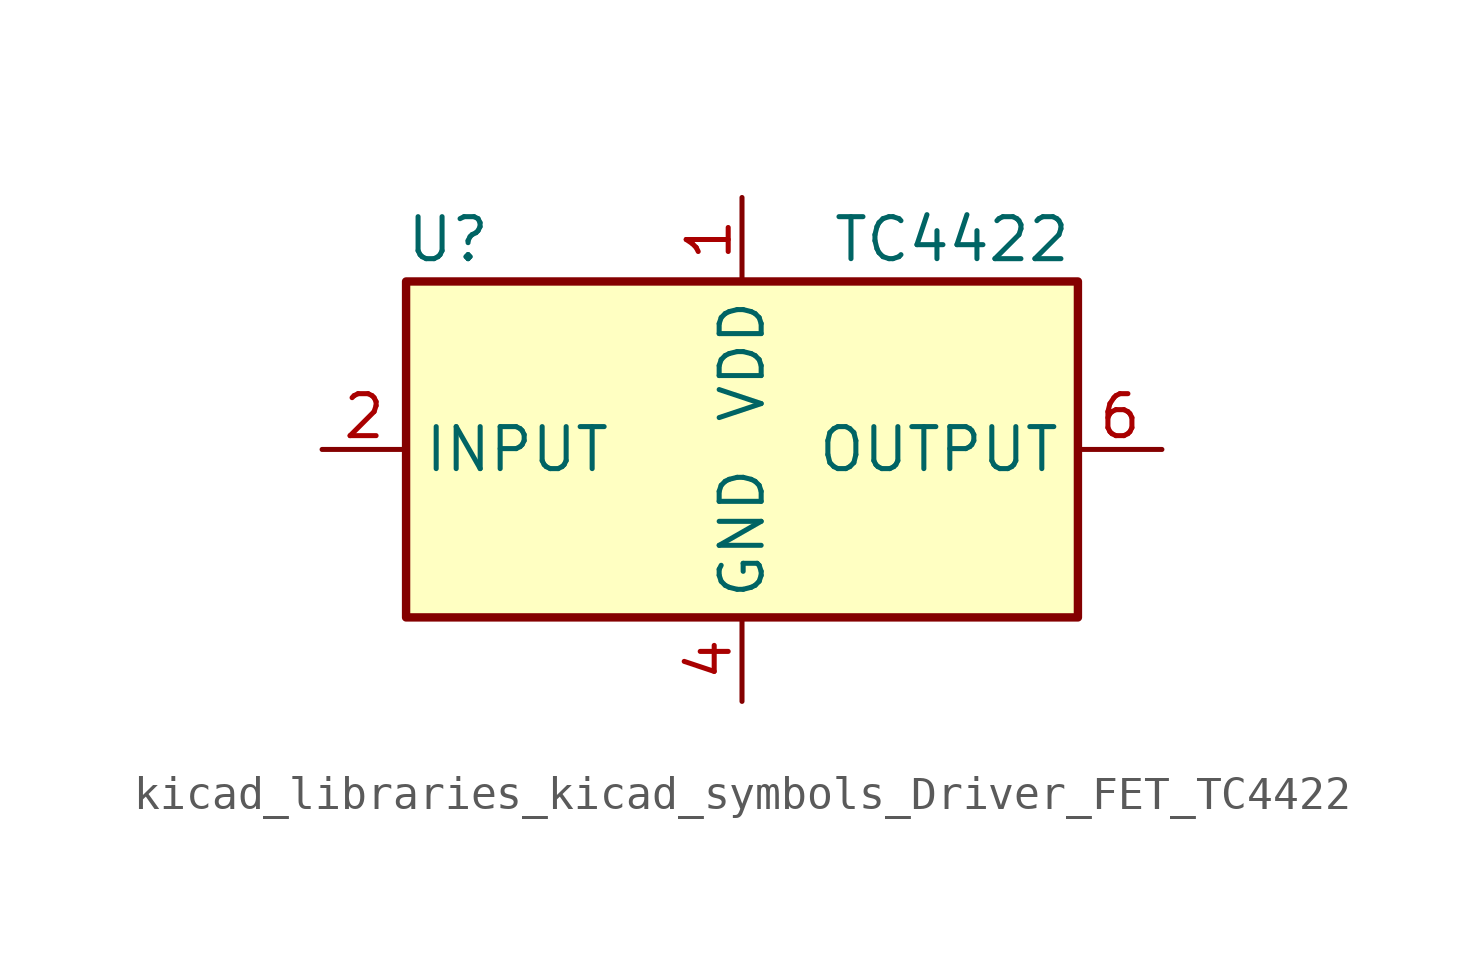
<source format=kicad_sym>
(kicad_symbol_lib
  (version 20220914)
  (generator kicad_symbol_editor)
  (symbol "kicad_libraries_kicad_symbols_Driver_FET_TC4422"
    (property "Reference" "U"
      (at -8.89 6.35 0)
      (effects (font (size 1.27 1.27))))
    (property "Value" "TC4422"
      (at 6.35 6.35 0)
      (effects (font (size 1.27 1.27))))
    (symbol "kicad_libraries_kicad_symbols_Driver_FET_TC4422_0_1"
      (rectangle (start -10.16 5.08) (end 10.16 -5.08) (stroke (width 0.254) (type default)) (fill (type background))))
    (symbol "kicad_libraries_kicad_symbols_Driver_FET_TC4422_1_1"
      (pin power_in line (at 0 7.62 270) (length 2.54) (name "VDD" (effects (font (size 1.27 1.27)))) (number "1" (effects (font (size 1.27 1.27)))))
      (pin input line (at -12.7 0 0) (length 2.54) (name "INPUT" (effects (font (size 1.27 1.27)))) (number "2" (effects (font (size 1.27 1.27)))))
      (pin no_connect line (at -5.08 -5.08 90) (length 2.54) hide (name "NC" (effects (font (size 1.27 1.27)))) (number "3" (effects (font (size 1.27 1.27)))))
      (pin power_in line (at 0 -7.62 90) (length 2.54) (name "GND" (effects (font (size 1.27 1.27)))) (number "4" (effects (font (size 1.27 1.27)))))
      (pin passive line (at 0 -7.62 90) (length 2.54) hide (name "GND" (effects (font (size 1.27 1.27)))) (number "5" (effects (font (size 1.27 1.27)))))
      (pin output line (at 12.7 0 180) (length 2.54) (name "OUTPUT" (effects (font (size 1.27 1.27)))) (number "6" (effects (font (size 1.27 1.27)))))
      (pin passive line (at 12.7 0 180) (length 2.54) hide (name "OUTPUT" (effects (font (size 1.27 1.27)))) (number "7" (effects (font (size 1.27 1.27)))))
      (pin passive line (at 0 7.62 270) (length 2.54) hide (name "VDD" (effects (font (size 1.27 1.27)))) (number "8" (effects (font (size 1.27 1.27))))))))
</source>
